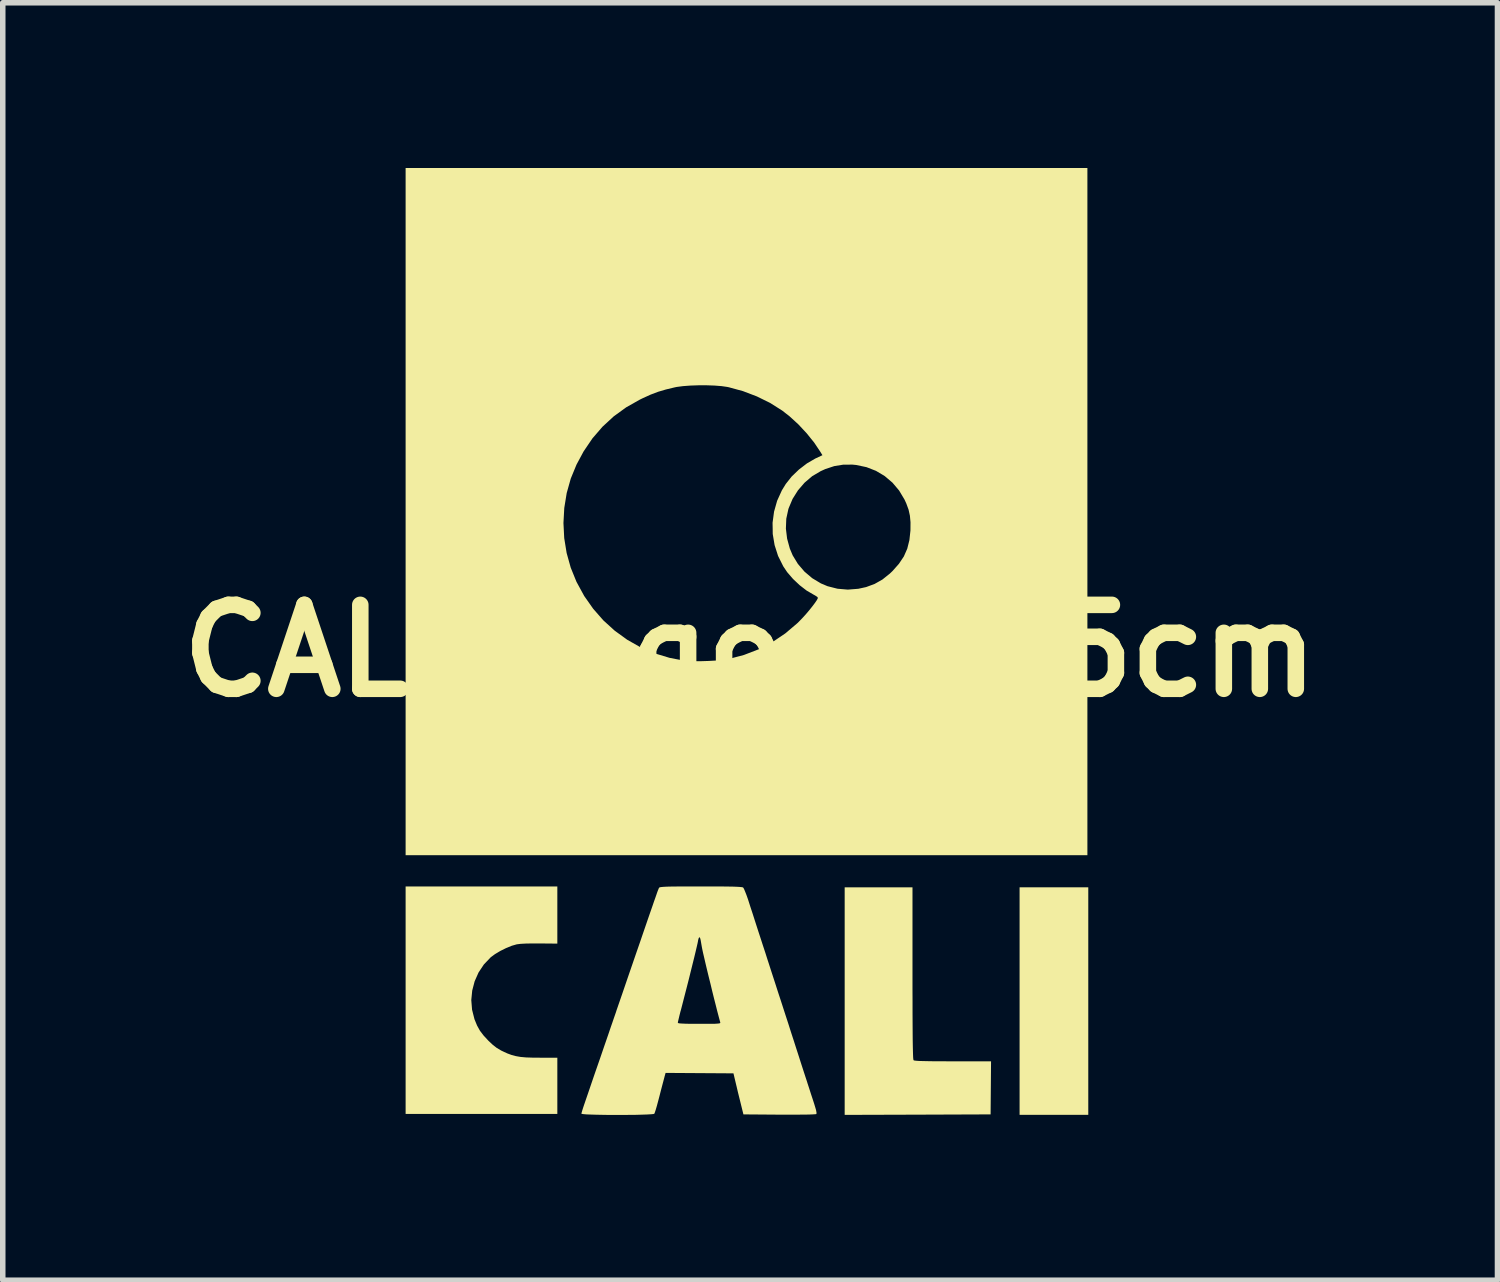
<source format=kicad_pcb>
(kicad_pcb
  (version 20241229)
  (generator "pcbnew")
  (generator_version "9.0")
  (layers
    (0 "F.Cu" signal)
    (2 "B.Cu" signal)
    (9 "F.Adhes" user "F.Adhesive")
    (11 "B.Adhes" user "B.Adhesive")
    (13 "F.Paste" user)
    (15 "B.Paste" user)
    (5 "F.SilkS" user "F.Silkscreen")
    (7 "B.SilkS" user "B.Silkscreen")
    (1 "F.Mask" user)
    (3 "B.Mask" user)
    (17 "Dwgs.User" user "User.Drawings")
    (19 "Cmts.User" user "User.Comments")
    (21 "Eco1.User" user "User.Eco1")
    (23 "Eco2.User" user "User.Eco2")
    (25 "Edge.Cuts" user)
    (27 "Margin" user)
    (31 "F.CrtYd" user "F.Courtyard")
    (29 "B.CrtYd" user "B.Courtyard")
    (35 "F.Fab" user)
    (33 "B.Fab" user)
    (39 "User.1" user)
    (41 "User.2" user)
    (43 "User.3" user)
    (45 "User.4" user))
  (footprint "CALI_logo_1pt5cm"
    (layer "F.Cu")
    (at 10.566 8.764)
    (property "Reference" "CALI_logo_1pt5cm" (at 0 0 0) (layer "F.SilkS") (effects (font (size 1.524 1.524) (thickness 0.3))))
    (attr board_only exclude_from_pos_files exclude_from_bom)
    (fp_poly (pts (xy 6.139 8.423) (xy 4.892 8.423) (xy 4.892 4.293) (xy 6.139 4.293)) (stroke (width 0) (type solid)) (fill yes) (layer "F.SilkS"))
    (fp_poly (pts (xy 2.948 5.853) (xy 2.948 6.127) (xy 2.949 6.37) (xy 2.949 6.585) (xy 2.95 6.771) (xy 2.951 6.93) (xy 2.952 7.065) (xy 2.954 7.176) (xy 2.956 7.265) (xy 2.958 7.333) (xy 2.96 7.383) (xy 2.963 7.415) (xy 2.967 7.43) (xy 2.968 7.432) (xy 2.981 7.437) (xy 3.013 7.441) (xy 3.065 7.445) (xy 3.14 7.447) (xy 3.238 7.449) (xy 3.363 7.451) (xy 3.516 7.451) (xy 3.681 7.452) (xy 4.374 7.452) (xy 4.37 7.933) (xy 4.366 8.415) (xy 3.041 8.42) (xy 1.717 8.424) (xy 1.717 4.293) (xy 2.948 4.293)) (stroke (width 0) (type solid)) (fill yes) (layer "F.SilkS"))
    (fp_poly (pts (xy -3.499 5.315) (xy -3.819 5.312) (xy -3.955 5.312) (xy -4.071 5.314) (xy -4.164 5.319) (xy -4.228 5.327) (xy -4.236 5.328) (xy -4.326 5.354) (xy -4.429 5.396) (xy -4.534 5.448) (xy -4.631 5.506) (xy -4.707 5.562) (xy -4.71 5.565) (xy -4.832 5.693) (xy -4.929 5.839) (xy -5 5.999) (xy -5.044 6.167) (xy -5.061 6.34) (xy -5.047 6.514) (xy -5.004 6.684) (xy -5.001 6.693) (xy -4.956 6.802) (xy -4.904 6.896) (xy -4.837 6.984) (xy -4.749 7.079) (xy -4.748 7.08) (xy -4.67 7.153) (xy -4.599 7.208) (xy -4.52 7.255) (xy -4.487 7.271) (xy -4.407 7.308) (xy -4.331 7.336) (xy -4.253 7.357) (xy -4.167 7.372) (xy -4.067 7.381) (xy -3.947 7.385) (xy -3.811 7.386) (xy -3.499 7.387) (xy -3.499 8.407) (xy -6.253 8.407) (xy -6.253 4.277) (xy -3.499 4.277)) (stroke (width 0) (type solid)) (fill yes) (layer "F.SilkS"))
    (fp_poly (pts (xy 6.123 3.71) (xy -6.253 3.71) (xy -6.253 -2.32) (xy -3.388 -2.32) (xy -3.374 -2.046) (xy -3.33 -1.775) (xy -3.256 -1.51) (xy -3.153 -1.256) (xy -3.149 -1.248) (xy -3.011 -0.995) (xy -2.848 -0.763) (xy -2.663 -0.552) (xy -2.457 -0.365) (xy -2.232 -0.202) (xy -1.989 -0.064) (xy -1.732 0.046) (xy -1.46 0.128) (xy -1.199 0.178) (xy -1.114 0.185) (xy -1.006 0.189) (xy -0.883 0.188) (xy -0.754 0.184) (xy -0.627 0.177) (xy -0.512 0.166) (xy -0.416 0.153) (xy -0.387 0.148) (xy -0.111 0.075) (xy 0.154 -0.027) (xy 0.405 -0.158) (xy 0.639 -0.316) (xy 0.855 -0.499) (xy 0.883 -0.526) (xy 0.945 -0.59) (xy 1.009 -0.66) (xy 1.071 -0.733) (xy 1.128 -0.804) (xy 1.176 -0.868) (xy 1.211 -0.919) (xy 1.229 -0.954) (xy 1.231 -0.962) (xy 1.218 -0.98) (xy 1.183 -1.003) (xy 1.154 -1.019) (xy 1.027 -1.093) (xy 0.9 -1.191) (xy 0.779 -1.305) (xy 0.673 -1.428) (xy 0.602 -1.534) (xy 0.508 -1.722) (xy 0.445 -1.919) (xy 0.411 -2.121) (xy 0.41 -2.218) (xy 0.65 -2.218) (xy 0.672 -2.036) (xy 0.721 -1.857) (xy 0.773 -1.733) (xy 0.868 -1.577) (xy 0.987 -1.438) (xy 1.127 -1.319) (xy 1.285 -1.224) (xy 1.406 -1.173) (xy 1.587 -1.127) (xy 1.774 -1.111) (xy 1.964 -1.126) (xy 2.106 -1.157) (xy 2.26 -1.214) (xy 2.402 -1.294) (xy 2.537 -1.402) (xy 2.585 -1.448) (xy 2.702 -1.58) (xy 2.791 -1.713) (xy 2.853 -1.854) (xy 2.892 -2.01) (xy 2.911 -2.185) (xy 2.911 -2.195) (xy 2.912 -2.334) (xy 2.901 -2.453) (xy 2.877 -2.562) (xy 2.836 -2.674) (xy 2.803 -2.746) (xy 2.705 -2.91) (xy 2.585 -3.052) (xy 2.444 -3.172) (xy 2.285 -3.267) (xy 2.113 -3.334) (xy 1.928 -3.373) (xy 1.858 -3.38) (xy 1.69 -3.379) (xy 1.528 -3.353) (xy 1.365 -3.299) (xy 1.281 -3.261) (xy 1.127 -3.17) (xy 0.989 -3.052) (xy 0.869 -2.913) (xy 0.771 -2.757) (xy 0.7 -2.588) (xy 0.694 -2.569) (xy 0.657 -2.398) (xy 0.65 -2.218) (xy 0.41 -2.218) (xy 0.408 -2.324) (xy 0.435 -2.526) (xy 0.491 -2.724) (xy 0.577 -2.913) (xy 0.648 -3.029) (xy 0.755 -3.164) (xy 0.886 -3.29) (xy 1.032 -3.402) (xy 1.185 -3.491) (xy 1.205 -3.5) (xy 1.313 -3.551) (xy 1.277 -3.61) (xy 1.164 -3.779) (xy 1.027 -3.949) (xy 0.875 -4.112) (xy 0.715 -4.258) (xy 0.583 -4.361) (xy 0.363 -4.5) (xy 0.123 -4.618) (xy -0.129 -4.714) (xy -0.385 -4.784) (xy -0.414 -4.79) (xy -0.518 -4.805) (xy -0.645 -4.815) (xy -0.787 -4.82) (xy -0.935 -4.82) (xy -1.081 -4.815) (xy -1.216 -4.805) (xy -1.331 -4.79) (xy -1.37 -4.782) (xy -1.528 -4.744) (xy -1.67 -4.702) (xy -1.807 -4.65) (xy -1.952 -4.584) (xy -2.001 -4.56) (xy -2.249 -4.42) (xy -2.475 -4.256) (xy -2.679 -4.068) (xy -2.862 -3.856) (xy -3.022 -3.62) (xy -3.151 -3.38) (xy -3.255 -3.127) (xy -3.329 -2.864) (xy -3.373 -2.593) (xy -3.388 -2.32) (xy -6.253 -2.32) (xy -6.253 -8.764) (xy 6.123 -8.764)) (stroke (width 0) (type solid)) (fill yes) (layer "F.SilkS"))
    (fp_poly (pts (xy -0.707 4.277) (xy -0.553 4.277) (xy -0.426 4.279) (xy -0.325 4.28) (xy -0.247 4.283) (xy -0.19 4.286) (xy -0.152 4.29) (xy -0.131 4.294) (xy -0.126 4.297) (xy -0.112 4.319) (xy -0.092 4.366) (xy -0.066 4.432) (xy -0.038 4.511) (xy -0.025 4.552) (xy 0.005 4.646) (xy 0.043 4.761) (xy 0.083 4.886) (xy 0.123 5.01) (xy 0.153 5.103) (xy 0.192 5.222) (xy 0.234 5.352) (xy 0.277 5.482) (xy 0.315 5.602) (xy 0.34 5.678) (xy 0.373 5.781) (xy 0.413 5.904) (xy 0.456 6.036) (xy 0.497 6.164) (xy 0.526 6.253) (xy 0.559 6.353) (xy 0.599 6.477) (xy 0.644 6.616) (xy 0.692 6.763) (xy 0.739 6.911) (xy 0.784 7.05) (xy 0.786 7.055) (xy 0.83 7.193) (xy 0.877 7.338) (xy 0.923 7.482) (xy 0.967 7.618) (xy 1.006 7.738) (xy 1.038 7.835) (xy 1.039 7.84) (xy 1.073 7.944) (xy 1.106 8.047) (xy 1.137 8.141) (xy 1.162 8.218) (xy 1.177 8.267) (xy 1.197 8.335) (xy 1.206 8.384) (xy 1.204 8.408) (xy 1.204 8.409) (xy 1.184 8.412) (xy 1.135 8.415) (xy 1.059 8.418) (xy 0.959 8.419) (xy 0.837 8.42) (xy 0.696 8.42) (xy 0.54 8.42) (xy 0.534 8.42) (xy -0.121 8.415) (xy -0.157 8.27) (xy -0.175 8.197) (xy -0.198 8.104) (xy -0.223 8.003) (xy -0.246 7.904) (xy -0.248 7.897) (xy -0.302 7.67) (xy -0.918 7.666) (xy -1.534 7.662) (xy -1.551 7.723) (xy -1.56 7.758) (xy -1.576 7.818) (xy -1.597 7.897) (xy -1.621 7.989) (xy -1.645 8.083) (xy -1.67 8.178) (xy -1.693 8.263) (xy -1.713 8.332) (xy -1.729 8.38) (xy -1.738 8.403) (xy -1.738 8.403) (xy -1.758 8.409) (xy -1.805 8.413) (xy -1.876 8.417) (xy -1.966 8.42) (xy -2.072 8.423) (xy -2.189 8.424) (xy -2.312 8.425) (xy -2.439 8.425) (xy -2.564 8.425) (xy -2.684 8.423) (xy -2.794 8.421) (xy -2.891 8.418) (xy -2.97 8.415) (xy -3.027 8.41) (xy -3.057 8.405) (xy -3.062 8.402) (xy -3.057 8.379) (xy -3.043 8.332) (xy -3.023 8.27) (xy -3.006 8.22) (xy -2.969 8.112) (xy -2.924 7.981) (xy -2.874 7.834) (xy -2.821 7.679) (xy -2.767 7.524) (xy -2.716 7.377) (xy -2.675 7.257) (xy -2.649 7.181) (xy -2.614 7.08) (xy -2.573 6.961) (xy -2.529 6.831) (xy -2.501 6.751) (xy -1.312 6.751) (xy -1.305 6.758) (xy -1.281 6.763) (xy -1.238 6.766) (xy -1.172 6.769) (xy -1.081 6.771) (xy -0.961 6.771) (xy -0.922 6.771) (xy -0.8 6.771) (xy -0.707 6.771) (xy -0.638 6.77) (xy -0.591 6.767) (xy -0.562 6.764) (xy -0.546 6.759) (xy -0.541 6.752) (xy -0.542 6.742) (xy -0.543 6.738) (xy -0.555 6.696) (xy -0.573 6.628) (xy -0.597 6.537) (xy -0.624 6.429) (xy -0.655 6.308) (xy -0.687 6.179) (xy -0.719 6.045) (xy -0.752 5.913) (xy -0.783 5.785) (xy -0.811 5.667) (xy -0.835 5.563) (xy -0.855 5.478) (xy -0.868 5.416) (xy -0.874 5.386) (xy -0.888 5.306) (xy -0.897 5.253) (xy -0.905 5.221) (xy -0.912 5.205) (xy -0.919 5.2) (xy -0.922 5.2) (xy -0.932 5.214) (xy -0.943 5.251) (xy -0.947 5.277) (xy -0.954 5.311) (xy -0.968 5.372) (xy -0.988 5.457) (xy -1.013 5.561) (xy -1.043 5.682) (xy -1.076 5.815) (xy -1.111 5.957) (xy -1.148 6.102) (xy -1.186 6.249) (xy -1.223 6.393) (xy -1.258 6.529) (xy -1.263 6.544) (xy -1.282 6.619) (xy -1.297 6.683) (xy -1.308 6.729) (xy -1.312 6.751) (xy -2.501 6.751) (xy -2.482 6.695) (xy -2.435 6.56) (xy -2.425 6.528) (xy -2.32 6.224) (xy -2.226 5.949) (xy -2.141 5.702) (xy -2.065 5.481) (xy -1.997 5.285) (xy -1.938 5.112) (xy -1.886 4.961) (xy -1.841 4.83) (xy -1.802 4.718) (xy -1.769 4.623) (xy -1.742 4.544) (xy -1.719 4.48) (xy -1.701 4.428) (xy -1.687 4.387) (xy -1.676 4.357) (xy -1.667 4.335) (xy -1.661 4.32) (xy -1.657 4.31) (xy -1.654 4.305) (xy -1.652 4.302) (xy -1.65 4.3) (xy -1.648 4.297) (xy -1.648 4.297) (xy -1.637 4.292) (xy -1.611 4.288) (xy -1.567 4.284) (xy -1.505 4.281) (xy -1.42 4.279) (xy -1.311 4.278) (xy -1.176 4.277) (xy -1.012 4.277) (xy -0.892 4.277)) (stroke (width 0) (type solid)) (fill yes) (layer "F.SilkS")))
  (gr_rect
    (start -3 -3)
    (end 24.133 20.189)
    (stroke (width 0.1) (type default))
    (fill no)
    (layer "Edge.Cuts")))
</source>
